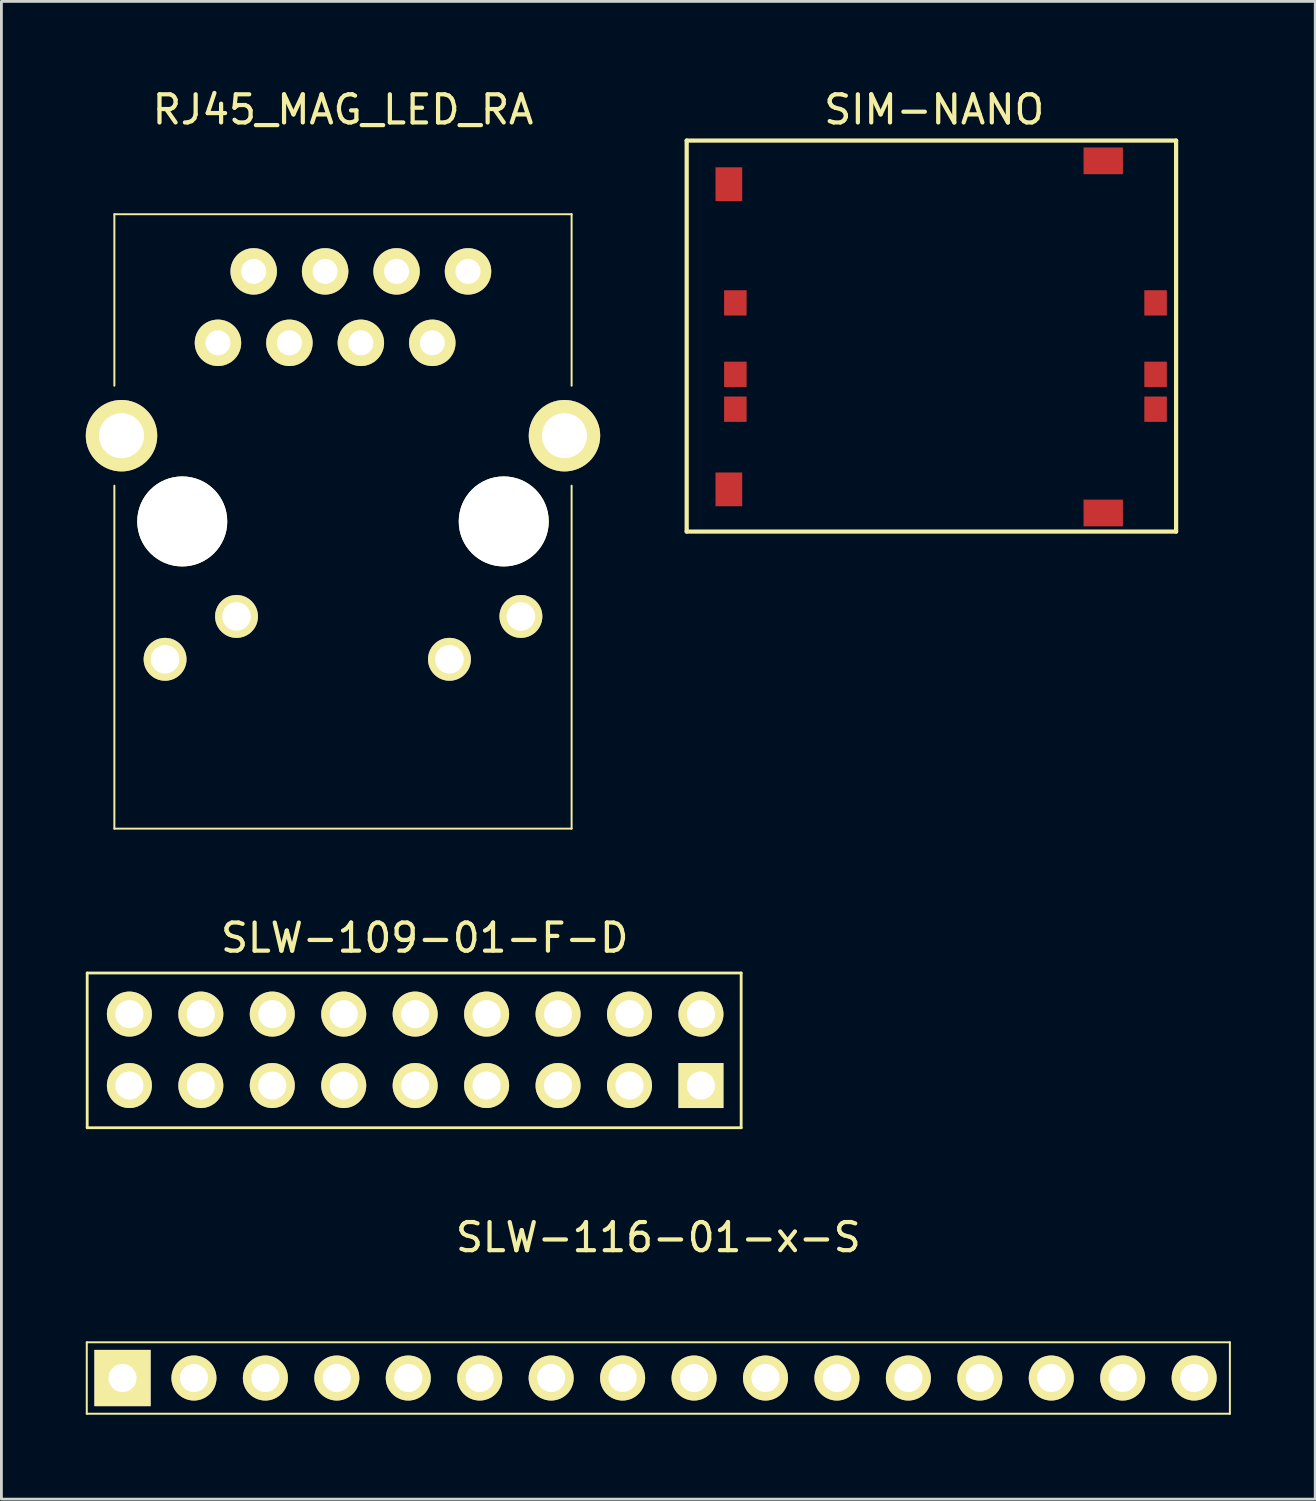
<source format=kicad_pcb>
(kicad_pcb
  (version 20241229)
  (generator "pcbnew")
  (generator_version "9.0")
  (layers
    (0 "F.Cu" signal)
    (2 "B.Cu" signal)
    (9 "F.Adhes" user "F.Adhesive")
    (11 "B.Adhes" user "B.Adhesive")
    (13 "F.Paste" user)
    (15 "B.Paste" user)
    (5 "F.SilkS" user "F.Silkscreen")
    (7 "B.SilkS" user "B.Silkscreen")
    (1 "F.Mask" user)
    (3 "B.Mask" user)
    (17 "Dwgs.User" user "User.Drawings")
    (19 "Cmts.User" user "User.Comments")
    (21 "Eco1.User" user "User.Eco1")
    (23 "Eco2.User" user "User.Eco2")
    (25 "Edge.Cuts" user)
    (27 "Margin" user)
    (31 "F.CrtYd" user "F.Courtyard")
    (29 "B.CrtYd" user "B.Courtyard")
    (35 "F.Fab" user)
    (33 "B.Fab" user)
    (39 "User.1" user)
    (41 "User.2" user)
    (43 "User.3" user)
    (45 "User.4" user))
  (footprint "SIM-NANO"
    (layer "F.Cu")
    (at 22.863 14.348)
    (property "Reference" "SIM-NANO" (at 7.3 -13.5 0) (layer "F.SilkS") (effects (font (size 1 1) (thickness 0.15))))
    (attr through_hole)
    (fp_line (start -1.5 -12.4) (end -1.5 1.5) (stroke (width 0.15) (type solid)) (layer "F.SilkS"))
    (fp_line (start -1.5 1.5) (end 15.9 1.5) (stroke (width 0.15) (type solid)) (layer "F.SilkS"))
    (fp_line (start 15.9 -12.4) (end -1.5 -12.4) (stroke (width 0.15) (type solid)) (layer "F.SilkS"))
    (fp_line (start 15.9 1.5) (end 15.9 -12.4) (stroke (width 0.15) (type solid)) (layer "F.SilkS"))
    (pad "C1" smd rect (at 0.23 -2.85) (size 0.8 0.9) (layers "F.Cu" "F.Mask" "F.Paste"))
    (pad "C2" smd rect (at 0.23 -4.09) (size 0.8 0.9) (layers "F.Cu" "F.Mask" "F.Paste"))
    (pad "C3" smd rect (at 0.23 -6.63) (size 0.8 0.9) (layers "F.Cu" "F.Mask" "F.Paste"))
    (pad "C5" smd rect (at 15.17 -2.85) (size 0.8 0.9) (layers "F.Cu" "F.Mask" "F.Paste"))
    (pad "C6" smd rect (at 15.17 -4.09) (size 0.8 0.9) (layers "F.Cu" "F.Mask" "F.Paste"))
    (pad "C7" smd rect (at 15.17 -6.63) (size 0.8 0.9) (layers "F.Cu" "F.Mask" "F.Paste"))
    (pad "NC" smd rect (at 0 -10.85) (size 0.95 1.2) (layers "F.Cu" "F.Mask" "F.Paste"))
    (pad "NC" smd rect (at 0 0) (size 0.95 1.2) (layers "F.Cu" "F.Mask" "F.Paste"))
    (pad "NC" smd rect (at 13.31 -11.68) (size 1.4 0.95) (layers "F.Cu" "F.Mask" "F.Paste"))
    (pad "NC" smd rect (at 13.31 0.84) (size 1.4 0.95) (layers "F.Cu" "F.Mask" "F.Paste")))
  (footprint "RJ45_MAG_LED_RA"
    (layer "F.Cu")
    (at 9.144 6.598)
    (property "Reference" "RJ45_MAG_LED_RA" (at 0 -5.75 0) (layer "F.SilkS") (effects (font (size 1 1) (thickness 0.15))))
    (attr through_hole)
    (fp_line (start -8.128 -2.032) (end -8.128 4.064) (stroke (width 0.07) (type solid)) (layer "F.SilkS"))
    (fp_line (start -8.128 -2.032) (end 8.128 -2.032) (stroke (width 0.07) (type solid)) (layer "F.SilkS"))
    (fp_line (start -8.128 7.62) (end -8.128 19.812) (stroke (width 0.07) (type solid)) (layer "F.SilkS"))
    (fp_line (start -8.128 19.812) (end 8.128 19.812) (stroke (width 0.07) (type solid)) (layer "F.SilkS"))
    (fp_line (start 8.128 -2.032) (end 8.128 4.064) (stroke (width 0.07) (type solid)) (layer "F.SilkS"))
    (fp_line (start 8.128 19.812) (end 8.128 7.62) (stroke (width 0.07) (type solid)) (layer "F.SilkS"))
    (pad "" np_thru_hole circle (at -5.715 8.89 180) (size 3.2 3.2) (drill 3.2) (layers "*.Cu" "*.Mask" "F.SilkS"))
    (pad "" np_thru_hole circle (at 5.715 8.89 180) (size 3.2 3.2) (drill 3.2) (layers "*.Cu" "*.Mask" "F.SilkS"))
    (pad "1" thru_hole circle (at -4.445 2.54 180) (size 1.651 1.651) (drill 0.889) (layers "*.Cu" "*.Mask" "F.SilkS"))
    (pad "2" thru_hole circle (at -3.175 0 180) (size 1.651 1.651) (drill 0.889) (layers "*.Cu" "*.Mask" "F.SilkS"))
    (pad "3" thru_hole circle (at -1.905 2.54 180) (size 1.651 1.651) (drill 0.889) (layers "*.Cu" "*.Mask" "F.SilkS"))
    (pad "4" thru_hole circle (at -0.635 0 180) (size 1.651 1.651) (drill 0.889) (layers "*.Cu" "*.Mask" "F.SilkS"))
    (pad "5" thru_hole circle (at 0.635 2.54 180) (size 1.651 1.651) (drill 0.889) (layers "*.Cu" "*.Mask" "F.SilkS"))
    (pad "6" thru_hole circle (at 1.905 0 180) (size 1.651 1.651) (drill 0.889) (layers "*.Cu" "*.Mask" "F.SilkS"))
    (pad "7" thru_hole circle (at 3.175 2.54 180) (size 1.651 1.651) (drill 0.889) (layers "*.Cu" "*.Mask" "F.SilkS"))
    (pad "8" thru_hole circle (at 4.445 0 180) (size 1.651 1.651) (drill 0.889) (layers "*.Cu" "*.Mask" "F.SilkS"))
    (pad "9" thru_hole circle (at -6.325 13.792 180) (size 1.524 1.524) (drill 1.016) (layers "*.Cu" "*.Mask" "F.SilkS"))
    (pad "10" thru_hole circle (at -3.785 12.268 180) (size 1.524 1.524) (drill 1.016) (layers "*.Cu" "*.Mask" "F.SilkS"))
    (pad "11" thru_hole circle (at 3.785 13.792 180) (size 1.524 1.524) (drill 1.016) (layers "*.Cu" "*.Mask" "F.SilkS"))
    (pad "12" thru_hole circle (at 6.325 12.268 180) (size 1.524 1.524) (drill 1.016) (layers "*.Cu" "*.Mask" "F.SilkS"))
    (pad "13" thru_hole circle (at -7.874 5.842 180) (size 2.54 2.54) (drill 1.6) (layers "*.Cu" "*.Mask" "F.SilkS"))
    (pad "13" thru_hole circle (at 7.874 5.842 180) (size 2.54 2.54) (drill 1.6) (layers "*.Cu" "*.Mask" "F.SilkS")))
  (footprint "SLW-116-01-x-S"
    (layer "F.Cu")
    (at 20.355 45.942)
    (property "Reference" "SLW-116-01-x-S" (at 0 -5 0) (layer "F.SilkS") (effects (font (size 1 1) (thickness 0.15))))
    (attr through_hole)
    (fp_line (start -20.32 -1.27) (end 20.32 -1.27) (stroke (width 0.07) (type solid)) (layer "F.SilkS"))
    (fp_line (start -20.32 1.27) (end -20.32 -1.27) (stroke (width 0.07) (type solid)) (layer "F.SilkS"))
    (fp_line (start 20.32 -1.27) (end 20.32 1.27) (stroke (width 0.07) (type solid)) (layer "F.SilkS"))
    (fp_line (start 20.32 1.27) (end -20.32 1.27) (stroke (width 0.07) (type solid)) (layer "F.SilkS"))
    (pad "1" thru_hole rect (at -19.05 0 90) (size 2 2) (drill 1) (layers "*.Cu" "*.Mask" "F.SilkS"))
    (pad "2" thru_hole circle (at -16.51 0 90) (size 1.6 1.6) (drill 1) (layers "*.Cu" "*.Mask" "F.SilkS"))
    (pad "3" thru_hole circle (at -13.97 0 90) (size 1.6 1.6) (drill 1) (layers "*.Cu" "*.Mask" "F.SilkS"))
    (pad "4" thru_hole circle (at -11.43 0 90) (size 1.6 1.6) (drill 1) (layers "*.Cu" "*.Mask" "F.SilkS"))
    (pad "5" thru_hole circle (at -8.89 0 90) (size 1.6 1.6) (drill 1) (layers "*.Cu" "*.Mask" "F.SilkS"))
    (pad "6" thru_hole circle (at -6.35 0 90) (size 1.6 1.6) (drill 1) (layers "*.Cu" "*.Mask" "F.SilkS"))
    (pad "7" thru_hole circle (at -3.81 0 90) (size 1.6 1.6) (drill 1) (layers "*.Cu" "*.Mask" "F.SilkS"))
    (pad "8" thru_hole circle (at -1.27 0 90) (size 1.6 1.6) (drill 1) (layers "*.Cu" "*.Mask" "F.SilkS"))
    (pad "9" thru_hole circle (at 1.27 0 90) (size 1.6 1.6) (drill 1) (layers "*.Cu" "*.Mask" "F.SilkS"))
    (pad "10" thru_hole circle (at 3.81 0 90) (size 1.6 1.6) (drill 1) (layers "*.Cu" "*.Mask" "F.SilkS"))
    (pad "11" thru_hole circle (at 6.35 0 90) (size 1.6 1.6) (drill 1) (layers "*.Cu" "*.Mask" "F.SilkS"))
    (pad "12" thru_hole circle (at 8.89 0 90) (size 1.6 1.6) (drill 1) (layers "*.Cu" "*.Mask" "F.SilkS"))
    (pad "13" thru_hole circle (at 11.43 0 90) (size 1.6 1.6) (drill 1) (layers "*.Cu" "*.Mask" "F.SilkS"))
    (pad "14" thru_hole circle (at 13.97 0 90) (size 1.6 1.6) (drill 1) (layers "*.Cu" "*.Mask" "F.SilkS"))
    (pad "15" thru_hole circle (at 16.51 0 90) (size 1.6 1.6) (drill 1) (layers "*.Cu" "*.Mask" "F.SilkS"))
    (pad "16" thru_hole circle (at 19.05 0 90) (size 1.6 1.6) (drill 1) (layers "*.Cu" "*.Mask" "F.SilkS")))
  (footprint "SLW-109-01-F-D"
    (layer "F.Cu")
    (at 11.744 34.145)
    (property "Reference" "SLW-109-01-F-D" (at 0.306 -3.852 180) (layer "F.SilkS") (effects (font (size 1 1) (thickness 0.15))))
    (attr through_hole)
    (fp_line (start -11.694 -2.602) (end -11.694 2.898) (stroke (width 0.1) (type solid)) (layer "F.SilkS"))
    (fp_line (start -11.694 2.898) (end 11.556 2.898) (stroke (width 0.1) (type solid)) (layer "F.SilkS"))
    (fp_line (start 11.556 -2.602) (end -11.694 -2.602) (stroke (width 0.1) (type solid)) (layer "F.SilkS"))
    (fp_line (start 11.556 2.898) (end 11.556 -2.602) (stroke (width 0.1) (type solid)) (layer "F.SilkS"))
    (pad "1" thru_hole rect (at 10.126 1.398 90) (size 1.6 1.6) (drill 1) (layers "*.Cu" "*.Mask" "F.SilkS"))
    (pad "2" thru_hole circle (at 10.126 -1.142 90) (size 1.6 1.6) (drill 1) (layers "*.Cu" "*.Mask" "F.SilkS"))
    (pad "3" thru_hole circle (at 7.586 1.398 90) (size 1.6 1.6) (drill 1) (layers "*.Cu" "*.Mask" "F.SilkS"))
    (pad "4" thru_hole circle (at 7.586 -1.142 90) (size 1.6 1.6) (drill 1) (layers "*.Cu" "*.Mask" "F.SilkS"))
    (pad "5" thru_hole circle (at 5.046 1.398 90) (size 1.6 1.6) (drill 1) (layers "*.Cu" "*.Mask" "F.SilkS"))
    (pad "6" thru_hole circle (at 5.046 -1.142 90) (size 1.6 1.6) (drill 1) (layers "*.Cu" "*.Mask" "F.SilkS"))
    (pad "7" thru_hole circle (at 2.506 1.398 90) (size 1.6 1.6) (drill 1) (layers "*.Cu" "*.Mask" "F.SilkS"))
    (pad "8" thru_hole circle (at 2.506 -1.142 90) (size 1.6 1.6) (drill 1) (layers "*.Cu" "*.Mask" "F.SilkS"))
    (pad "9" thru_hole circle (at -0.034 1.398 90) (size 1.6 1.6) (drill 1) (layers "*.Cu" "*.Mask" "F.SilkS"))
    (pad "10" thru_hole circle (at -0.034 -1.142 90) (size 1.6 1.6) (drill 1) (layers "*.Cu" "*.Mask" "F.SilkS"))
    (pad "11" thru_hole circle (at -2.574 1.398 90) (size 1.6 1.6) (drill 1) (layers "*.Cu" "*.Mask" "F.SilkS"))
    (pad "12" thru_hole circle (at -2.574 -1.142 90) (size 1.6 1.6) (drill 1) (layers "*.Cu" "*.Mask" "F.SilkS"))
    (pad "13" thru_hole circle (at -5.114 1.398 90) (size 1.6 1.6) (drill 1) (layers "*.Cu" "*.Mask" "F.SilkS"))
    (pad "14" thru_hole circle (at -5.114 -1.142 90) (size 1.6 1.6) (drill 1) (layers "*.Cu" "*.Mask" "F.SilkS"))
    (pad "15" thru_hole circle (at -7.654 1.398 90) (size 1.6 1.6) (drill 1) (layers "*.Cu" "*.Mask" "F.SilkS"))
    (pad "16" thru_hole circle (at -7.654 -1.142 90) (size 1.6 1.6) (drill 1) (layers "*.Cu" "*.Mask" "F.SilkS"))
    (pad "17" thru_hole circle (at -10.194 1.398 90) (size 1.6 1.6) (drill 1) (layers "*.Cu" "*.Mask" "F.SilkS"))
    (pad "18" thru_hole circle (at -10.194 -1.142 90) (size 1.6 1.6) (drill 1) (layers "*.Cu" "*.Mask" "F.SilkS")))
  (gr_rect
    (start -3 -3)
    (end 43.71 50.247)
    (stroke (width 0.1) (type default))
    (fill no)
    (layer "Edge.Cuts")))
</source>
